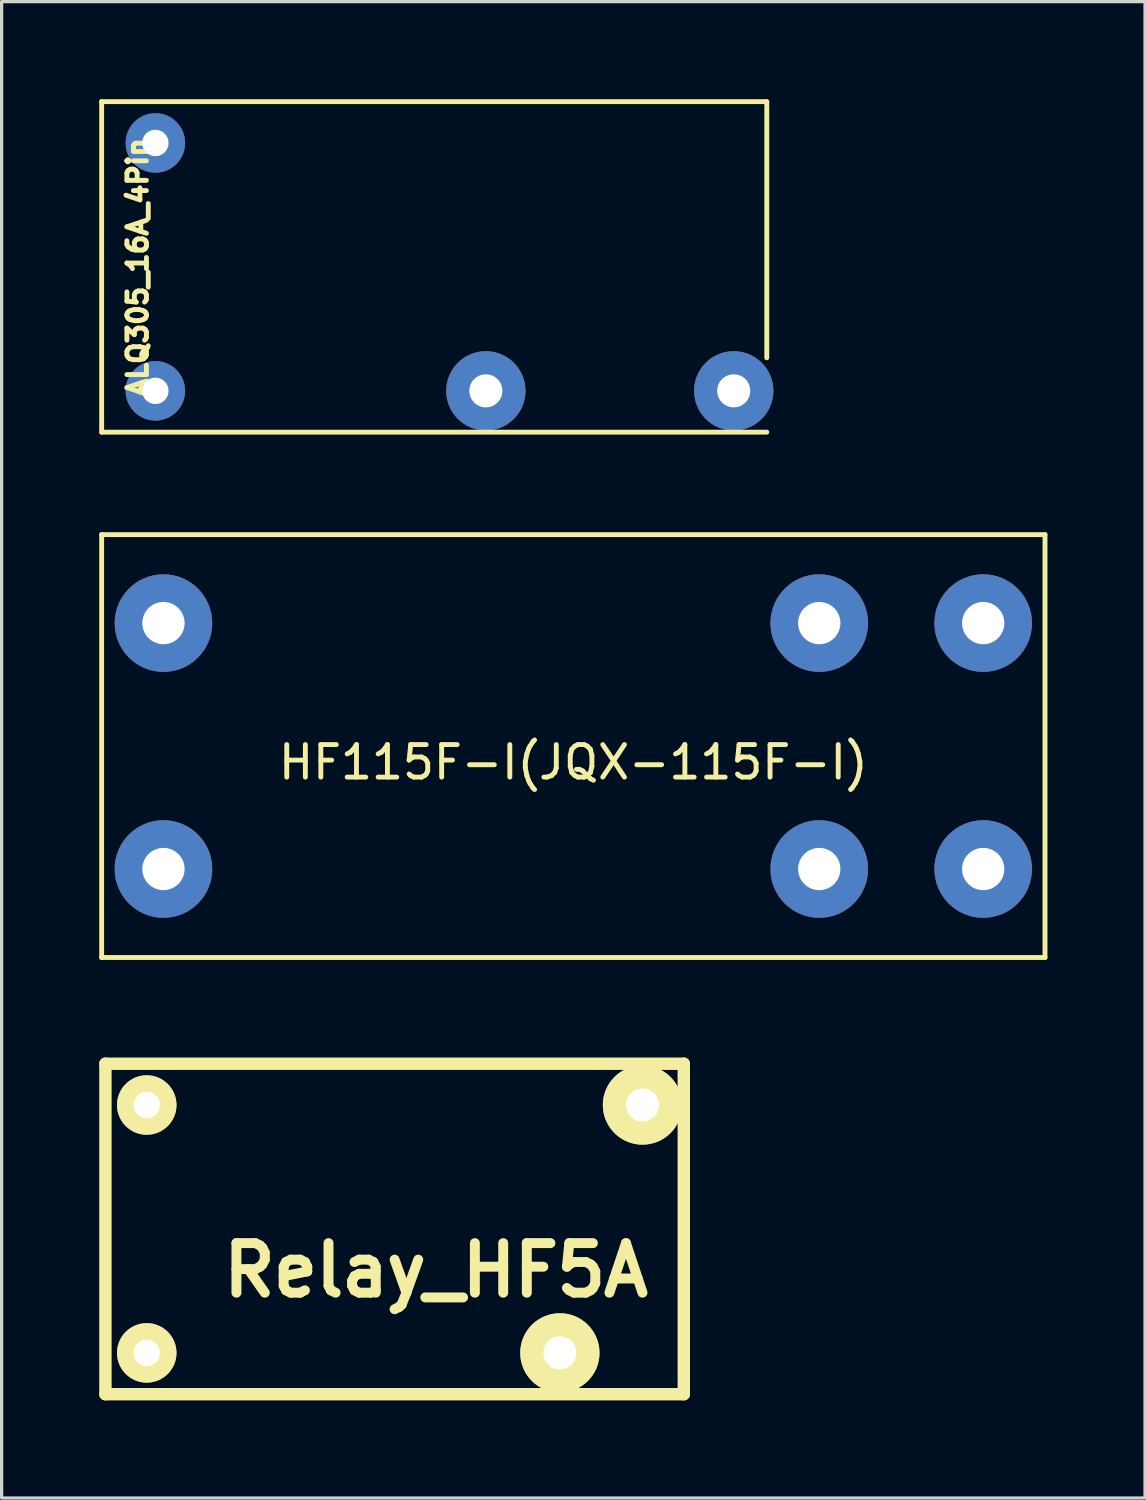
<source format=kicad_pcb>
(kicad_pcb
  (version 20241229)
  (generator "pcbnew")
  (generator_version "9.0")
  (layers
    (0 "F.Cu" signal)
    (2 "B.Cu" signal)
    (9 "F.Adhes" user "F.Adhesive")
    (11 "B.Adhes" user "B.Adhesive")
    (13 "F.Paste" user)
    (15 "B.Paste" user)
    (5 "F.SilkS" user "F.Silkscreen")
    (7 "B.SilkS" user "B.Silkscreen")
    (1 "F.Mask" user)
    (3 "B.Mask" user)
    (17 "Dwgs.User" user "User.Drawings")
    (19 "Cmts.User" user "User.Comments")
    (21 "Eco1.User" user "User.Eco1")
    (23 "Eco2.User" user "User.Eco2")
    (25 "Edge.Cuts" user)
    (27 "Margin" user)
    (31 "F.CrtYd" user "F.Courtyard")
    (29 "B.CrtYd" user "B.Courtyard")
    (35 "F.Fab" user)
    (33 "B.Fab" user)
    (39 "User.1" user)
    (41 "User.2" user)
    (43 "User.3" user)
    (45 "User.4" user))
  (footprint "ALQ305_16A_4Pin"
    (layer "F.Cu")
    (at 9.346 5.155)
    (property "Reference" "ALQ305_16A_4Pin" (at -8.165 0.01 90) (layer "F.SilkS") (effects (font (size 0.6 0.6) (thickness 0.15))))
    (attr through_hole)
    (fp_line (start -9.271 -5.08) (end 11.176 -5.08) (stroke (width 0.15) (type solid)) (layer "F.SilkS"))
    (fp_line (start -9.271 5.08) (end -9.271 -5.08) (stroke (width 0.15) (type solid)) (layer "F.SilkS"))
    (fp_line (start 11.176 -5.08) (end 11.176 2.794) (stroke (width 0.15) (type solid)) (layer "F.SilkS"))
    (fp_line (start 11.176 5.08) (end -9.271 5.08) (stroke (width 0.15) (type solid)) (layer "F.SilkS"))
    (pad "1" thru_hole circle (at -7.62 3.81) (size 1.829 1.829) (drill 0.813) (layers "*.Cu" "*.Mask"))
    (pad "2" thru_hole circle (at -7.62 -3.81) (size 1.829 1.829) (drill 0.813) (layers "*.Cu" "*.Mask"))
    (pad "3" thru_hole circle (at 10.16 3.81) (size 2.438 2.438) (drill 1.016) (layers "*.Cu" "*.Mask"))
    (pad "4" thru_hole circle (at 2.54 3.81) (size 2.438 2.438) (drill 1.016) (layers "*.Cu" "*.Mask")))
  (footprint "Relay_HF5A"
    (layer "F.Cu")
    (at 9.081 34.73)
    (property "Reference" "Relay_HF5A" (at 1.27 1.27 0) (layer "F.SilkS") (effects (font (size 1.524 1.524) (thickness 0.305))))
    (attr through_hole)
    (fp_line (start -8.89 -5.08) (end 8.89 -5.08) (stroke (width 0.381) (type solid)) (layer "F.SilkS"))
    (fp_line (start -8.89 5.08) (end -8.89 -5.08) (stroke (width 0.381) (type solid)) (layer "F.SilkS"))
    (fp_line (start 8.89 -5.08) (end 8.89 5.08) (stroke (width 0.381) (type solid)) (layer "F.SilkS"))
    (fp_line (start 8.89 5.08) (end -8.89 5.08) (stroke (width 0.381) (type solid)) (layer "F.SilkS"))
    (pad "1" thru_hole circle (at -7.62 3.81) (size 1.829 1.829) (drill 0.813) (layers "*.Cu" "*.Mask" "F.SilkS"))
    (pad "2" thru_hole circle (at -7.62 -3.81) (size 1.829 1.829) (drill 0.813) (layers "*.Cu" "*.Mask" "F.SilkS"))
    (pad "3" thru_hole circle (at 7.62 -3.81) (size 2.438 2.438) (drill 1.016) (layers "*.Cu" "*.Mask" "F.SilkS"))
    (pad "4" thru_hole circle (at 5.08 3.81) (size 2.438 2.438) (drill 1.016) (layers "*.Cu" "*.Mask" "F.SilkS")))
  (footprint "HF115F-I(JQX-115F-I)"
    (layer "F.Cu")
    (at 14.575 19.885)
    (property "Reference" "HF115F-I(JQX-115F-I)" (at 0 0.5 0) (layer "F.SilkS") (effects (font (size 1 1) (thickness 0.15))))
    (attr through_hole)
    (fp_line (start -14.5 -6.5) (end 14.5 -6.5) (stroke (width 0.15) (type solid)) (layer "F.SilkS"))
    (fp_line (start -14.5 6.5) (end -14.5 -6.5) (stroke (width 0.15) (type solid)) (layer "F.SilkS"))
    (fp_line (start 14.5 -6.5) (end 14.5 6.5) (stroke (width 0.15) (type solid)) (layer "F.SilkS"))
    (fp_line (start 14.5 6.5) (end -14.5 6.5) (stroke (width 0.15) (type solid)) (layer "F.SilkS"))
    (pad "1" thru_hole circle (at -12.6 3.78) (size 3 3) (drill 1.3) (layers "*.Cu" "*.Mask"))
    (pad "2" thru_hole circle (at 7.56 3.78) (size 3 3) (drill 1.3) (layers "*.Cu" "*.Mask"))
    (pad "3" thru_hole circle (at 12.6 3.78) (size 3 3) (drill 1.3) (layers "*.Cu" "*.Mask"))
    (pad "4" thru_hole circle (at 12.6 -3.78) (size 3 3) (drill 1.3) (layers "*.Cu" "*.Mask"))
    (pad "5" thru_hole circle (at 7.56 -3.78) (size 3 3) (drill 1.3) (layers "*.Cu" "*.Mask"))
    (pad "6" thru_hole circle (at -12.6 -3.78) (size 3 3) (drill 1.3) (layers "*.Cu" "*.Mask")))
  (gr_rect
    (start -3 -3)
    (end 32.15 43.001)
    (stroke (width 0.1) (type default))
    (fill no)
    (layer "Edge.Cuts")))
</source>
